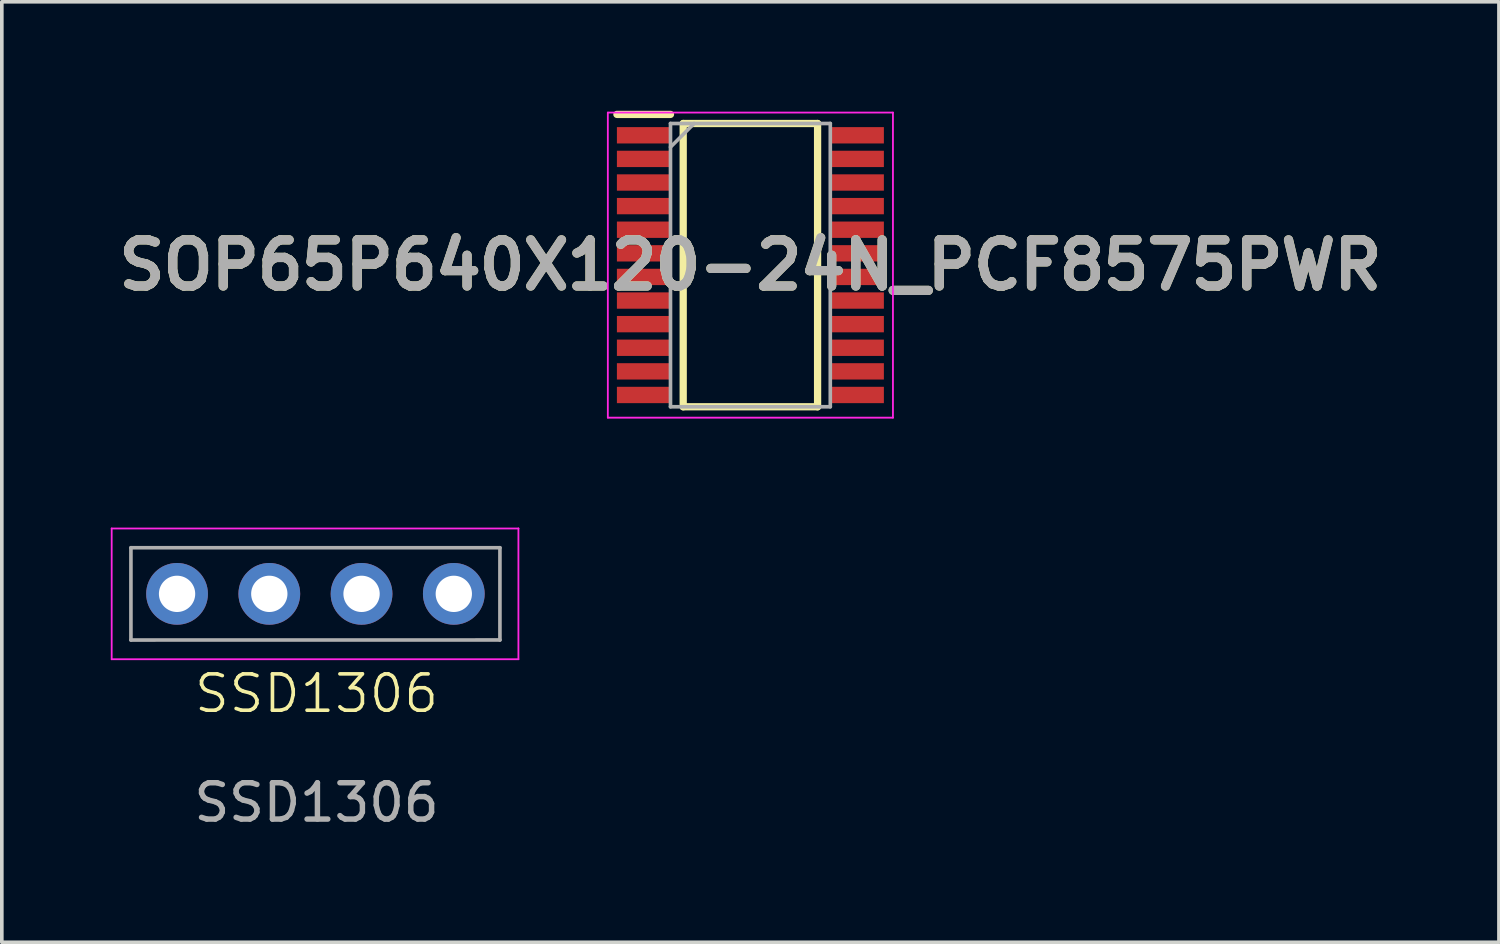
<source format=kicad_pcb>
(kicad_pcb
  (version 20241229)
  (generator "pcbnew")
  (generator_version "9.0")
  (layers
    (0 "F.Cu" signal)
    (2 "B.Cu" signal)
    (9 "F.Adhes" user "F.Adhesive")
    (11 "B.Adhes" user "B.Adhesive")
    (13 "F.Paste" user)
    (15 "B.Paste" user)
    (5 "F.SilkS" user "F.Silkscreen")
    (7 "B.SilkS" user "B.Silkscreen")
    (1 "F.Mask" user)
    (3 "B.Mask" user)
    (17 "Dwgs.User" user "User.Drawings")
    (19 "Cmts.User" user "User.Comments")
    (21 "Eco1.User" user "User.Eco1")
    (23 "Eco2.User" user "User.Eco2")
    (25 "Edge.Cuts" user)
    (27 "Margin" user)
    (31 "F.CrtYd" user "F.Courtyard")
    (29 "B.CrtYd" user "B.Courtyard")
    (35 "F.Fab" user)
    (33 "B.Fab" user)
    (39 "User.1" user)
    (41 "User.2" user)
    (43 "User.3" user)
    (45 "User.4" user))
  (footprint "SOP65P640X120-24N_PCF8575PWR"
    (layer "F.Cu")
    (at 17.611 4.25)
    (property "Reference" "SOP65P640X120-24N_PCF8575PWR" (at 0 0 0) (layer "F.SilkS") (effects (font (size 1.27 1.27) (thickness 0.254))))
    (attr smd)
    (fp_line (start -3.675 -4.15) (end -2.2 -4.15) (stroke (width 0.2) (type solid)) (layer "F.SilkS"))
    (fp_line (start -1.85 -3.9) (end 1.85 -3.9) (stroke (width 0.2) (type solid)) (layer "F.SilkS"))
    (fp_line (start -1.85 3.9) (end -1.85 -3.9) (stroke (width 0.2) (type solid)) (layer "F.SilkS"))
    (fp_line (start 1.85 -3.9) (end 1.85 3.9) (stroke (width 0.2) (type solid)) (layer "F.SilkS"))
    (fp_line (start 1.85 3.9) (end -1.85 3.9) (stroke (width 0.2) (type solid)) (layer "F.SilkS"))
    (fp_line (start -3.925 -4.2) (end 3.925 -4.2) (stroke (width 0.05) (type solid)) (layer "F.CrtYd"))
    (fp_line (start -3.925 4.2) (end -3.925 -4.2) (stroke (width 0.05) (type solid)) (layer "F.CrtYd"))
    (fp_line (start 3.925 -4.2) (end 3.925 4.2) (stroke (width 0.05) (type solid)) (layer "F.CrtYd"))
    (fp_line (start 3.925 4.2) (end -3.925 4.2) (stroke (width 0.05) (type solid)) (layer "F.CrtYd"))
    (fp_line (start -2.2 -3.9) (end 2.2 -3.9) (stroke (width 0.1) (type solid)) (layer "F.Fab"))
    (fp_line (start -2.2 -3.25) (end -1.55 -3.9) (stroke (width 0.1) (type solid)) (layer "F.Fab"))
    (fp_line (start -2.2 3.9) (end -2.2 -3.9) (stroke (width 0.1) (type solid)) (layer "F.Fab"))
    (fp_line (start 2.2 -3.9) (end 2.2 3.9) (stroke (width 0.1) (type solid)) (layer "F.Fab"))
    (fp_line (start 2.2 3.9) (end -2.2 3.9) (stroke (width 0.1) (type solid)) (layer "F.Fab"))
    (fp_text user "${REFERENCE}" (at 0 0 0) (layer "F.Fab") (effects (font (size 1.27 1.27) (thickness 0.254))))
    (pad "1" smd rect (at -2.938 -3.575 90) (size 0.45 1.475) (layers "F.Cu" "F.Mask" "F.Paste"))
    (pad "2" smd rect (at -2.938 -2.925 90) (size 0.45 1.475) (layers "F.Cu" "F.Mask" "F.Paste"))
    (pad "3" smd rect (at -2.938 -2.275 90) (size 0.45 1.475) (layers "F.Cu" "F.Mask" "F.Paste"))
    (pad "4" smd rect (at -2.938 -1.625 90) (size 0.45 1.475) (layers "F.Cu" "F.Mask" "F.Paste"))
    (pad "5" smd rect (at -2.938 -0.975 90) (size 0.45 1.475) (layers "F.Cu" "F.Mask" "F.Paste"))
    (pad "6" smd rect (at -2.938 -0.325 90) (size 0.45 1.475) (layers "F.Cu" "F.Mask" "F.Paste"))
    (pad "7" smd rect (at -2.938 0.325 90) (size 0.45 1.475) (layers "F.Cu" "F.Mask" "F.Paste"))
    (pad "8" smd rect (at -2.938 0.975 90) (size 0.45 1.475) (layers "F.Cu" "F.Mask" "F.Paste"))
    (pad "9" smd rect (at -2.938 1.625 90) (size 0.45 1.475) (layers "F.Cu" "F.Mask" "F.Paste"))
    (pad "10" smd rect (at -2.938 2.275 90) (size 0.45 1.475) (layers "F.Cu" "F.Mask" "F.Paste"))
    (pad "11" smd rect (at -2.938 2.925 90) (size 0.45 1.475) (layers "F.Cu" "F.Mask" "F.Paste"))
    (pad "12" smd rect (at -2.938 3.575 90) (size 0.45 1.475) (layers "F.Cu" "F.Mask" "F.Paste"))
    (pad "13" smd rect (at 2.938 3.575 90) (size 0.45 1.475) (layers "F.Cu" "F.Mask" "F.Paste"))
    (pad "14" smd rect (at 2.938 2.925 90) (size 0.45 1.475) (layers "F.Cu" "F.Mask" "F.Paste"))
    (pad "15" smd rect (at 2.938 2.275 90) (size 0.45 1.475) (layers "F.Cu" "F.Mask" "F.Paste"))
    (pad "16" smd rect (at 2.938 1.625 90) (size 0.45 1.475) (layers "F.Cu" "F.Mask" "F.Paste"))
    (pad "17" smd rect (at 2.938 0.975 90) (size 0.45 1.475) (layers "F.Cu" "F.Mask" "F.Paste"))
    (pad "18" smd rect (at 2.938 0.325 90) (size 0.45 1.475) (layers "F.Cu" "F.Mask" "F.Paste"))
    (pad "19" smd rect (at 2.938 -0.325 90) (size 0.45 1.475) (layers "F.Cu" "F.Mask" "F.Paste"))
    (pad "20" smd rect (at 2.938 -0.975 90) (size 0.45 1.475) (layers "F.Cu" "F.Mask" "F.Paste"))
    (pad "21" smd rect (at 2.938 -1.625 90) (size 0.45 1.475) (layers "F.Cu" "F.Mask" "F.Paste"))
    (pad "22" smd rect (at 2.938 -2.275 90) (size 0.45 1.475) (layers "F.Cu" "F.Mask" "F.Paste"))
    (pad "23" smd rect (at 2.938 -2.925 90) (size 0.45 1.475) (layers "F.Cu" "F.Mask" "F.Paste"))
    (pad "24" smd rect (at 2.938 -3.575 90) (size 0.45 1.475) (layers "F.Cu" "F.Mask" "F.Paste")))
  (footprint "SSD1306"
    (layer "F.Cu")
    (at 5.666 16.547)
    (property "Reference" "SSD1306" (at 0 -0.5 0) (unlocked yes) (layer "F.SilkS") (effects (font (size 1 1) (thickness 0.1))))
    (attr through_hole)
    (fp_line (start -5.641 -5.046) (end -5.641 -1.446) (stroke (width 0.05) (type solid)) (layer "F.CrtYd"))
    (fp_line (start -5.641 -1.446) (end 5.559 -1.446) (stroke (width 0.05) (type solid)) (layer "F.CrtYd"))
    (fp_line (start 5.558 -5.047) (end 5.558 -1.447) (stroke (width 0.05) (type solid)) (layer "F.CrtYd"))
    (fp_line (start 5.559 -5.046) (end -5.641 -5.046) (stroke (width 0.05) (type solid)) (layer "F.CrtYd"))
    (fp_line (start -5.111 -1.975) (end -5.111 -4.516) (stroke (width 0.1) (type solid)) (layer "F.Fab"))
    (fp_line (start -5.111 -4.516) (end 5.049 -4.516) (stroke (width 0.1) (type solid)) (layer "F.Fab"))
    (fp_line (start 5.049 -4.516) (end 5.049 -1.976) (stroke (width 0.1) (type solid)) (layer "F.Fab"))
    (fp_line (start 5.049 -1.976) (end -5.111 -1.975) (stroke (width 0.1) (type solid)) (layer "F.Fab"))
    (fp_text user "${REFERENCE}" (at 0 2.5 0) (unlocked yes) (layer "F.Fab") (effects (font (size 1 1) (thickness 0.15))))
    (pad "1" thru_hole oval (at -3.841 -3.246 90) (size 1.7 1.7) (drill 1) (layers "*.Cu" "*.Mask"))
    (pad "2" thru_hole oval (at -1.301 -3.246 90) (size 1.7 1.7) (drill 1) (layers "*.Cu" "*.Mask"))
    (pad "3" thru_hole oval (at 1.239 -3.246 90) (size 1.7 1.7) (drill 1) (layers "*.Cu" "*.Mask"))
    (pad "4" thru_hole oval (at 3.779 -3.246 90) (size 1.7 1.7) (drill 1) (layers "*.Cu" "*.Mask")))
  (gr_rect
    (start -3 -3)
    (end 38.221 22.895)
    (stroke (width 0.1) (type default))
    (fill no)
    (layer "Edge.Cuts")))
</source>
